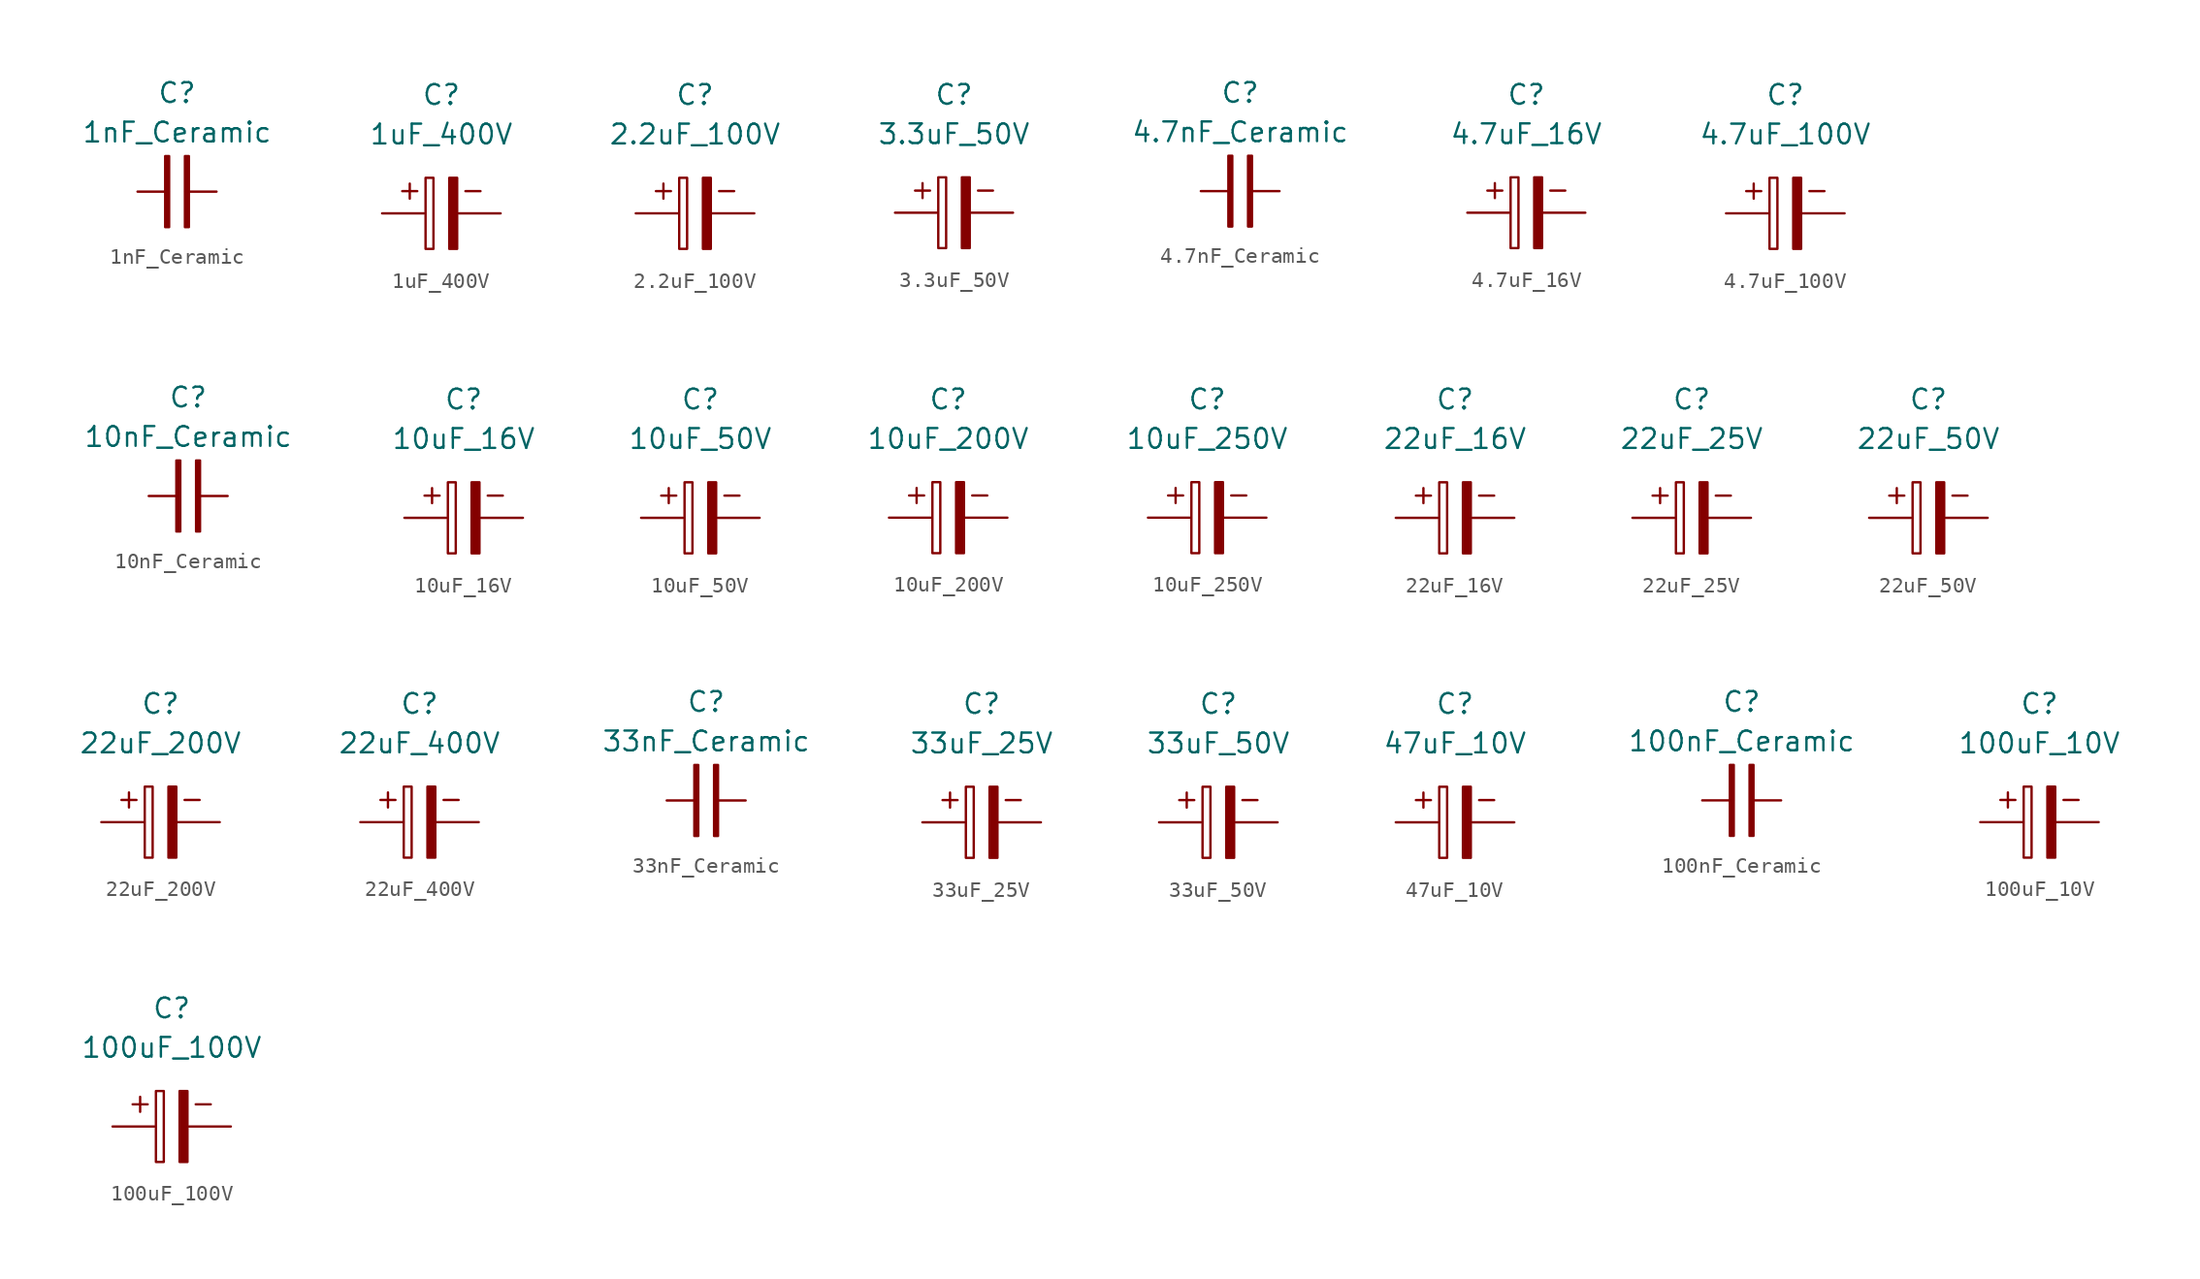
<source format=kicad_sym>
(kicad_symbol_lib
  (version 20211014)
  (generator kicad_symbol_editor)
  (symbol "1nF_Ceramic"
    (property "Reference" "C"
      (at 0 6.35 0)
      (effects (font (size 1.27 1.27))))
    (property "Value" "1nF_Ceramic"
      (at 0 3.81 0)
      (effects (font (size 1.27 1.27))))
    (symbol "1nF_Ceramic_0_1"
      (rectangle (start -0.762 2.286) (end -0.508 -2.286) (stroke (width 0) (type default) (color 0 0 0 0)) (fill (type outline)))
      (rectangle (start 0.508 2.286) (end 0.762 -2.286) (stroke (width 0) (type default) (color 0 0 0 0)) (fill (type outline))))
    (symbol "1nF_Ceramic_1_1"
      (pin passive line (at -2.54 0 0) (length 2) (name "~" (effects (font (size 0 0)))) (number "1" (effects (font (size 0 0)))))
      (pin input line (at 2.54 0 180) (length 2) (name "~" (effects (font (size 0 0)))) (number "2" (effects (font (size 0 0)))))))
  (symbol "1uF_400V"
    (property "Reference" "C"
      (at 0 7.62 0)
      (effects (font (size 1.27 1.27))))
    (property "Value" "1uF_400V"
      (at 0 5.08 0)
      (effects (font (size 1.27 1.27))))
    (symbol "1uF_400V_0_0"
      (text "+" (at -2.032 1.524 0) (effects (font (size 1.27 1.27))))
      (text "-" (at 2.032 1.524 0) (effects (font (size 1.27 1.27)))))
    (symbol "1uF_400V_0_1"
      (rectangle (start -1.016 -2.286) (end -0.508 2.286) (stroke (width 0) (type default) (color 0 0 0 0)) (fill (type none)))
      (rectangle (start 0.508 -2.286) (end 1.016 2.286) (stroke (width 0) (type default) (color 0 0 0 0)) (fill (type outline))))
    (symbol "1uF_400V_1_1"
      (pin passive line (at -3.81 0 0) (length 2.7) (name "~" (effects (font (size 0 0)))) (number "1" (effects (font (size 0 0)))))
      (pin input line (at 3.81 0 180) (length 2.7) (name "~" (effects (font (size 0 0)))) (number "2" (effects (font (size 0 0)))))))
  (symbol "2.2uF_100V"
    (property "Reference" "C"
      (at 0 7.62 0)
      (effects (font (size 1.27 1.27))))
    (property "Value" "2.2uF_100V"
      (at 0 5.08 0)
      (effects (font (size 1.27 1.27))))
    (symbol "2.2uF_100V_0_0"
      (text "+" (at -2.032 1.524 0) (effects (font (size 1.27 1.27))))
      (text "-" (at 2.032 1.524 0) (effects (font (size 1.27 1.27)))))
    (symbol "2.2uF_100V_0_1"
      (rectangle (start -1.016 -2.286) (end -0.508 2.286) (stroke (width 0) (type default) (color 0 0 0 0)) (fill (type none)))
      (rectangle (start 0.508 -2.286) (end 1.016 2.286) (stroke (width 0) (type default) (color 0 0 0 0)) (fill (type outline))))
    (symbol "2.2uF_100V_1_1"
      (pin passive line (at -3.81 0 0) (length 2.7) (name "~" (effects (font (size 0 0)))) (number "1" (effects (font (size 0 0)))))
      (pin input line (at 3.81 0 180) (length 2.7) (name "~" (effects (font (size 0 0)))) (number "2" (effects (font (size 0 0)))))))
  (symbol "3.3uF_50V"
    (property "Reference" "C"
      (at 0 7.62 0)
      (effects (font (size 1.27 1.27))))
    (property "Value" "3.3uF_50V"
      (at 0 5.08 0)
      (effects (font (size 1.27 1.27))))
    (symbol "3.3uF_50V_0_0"
      (text "+" (at -2.032 1.524 0) (effects (font (size 1.27 1.27))))
      (text "-" (at 2.032 1.524 0) (effects (font (size 1.27 1.27)))))
    (symbol "3.3uF_50V_0_1"
      (rectangle (start -1.016 -2.286) (end -0.508 2.286) (stroke (width 0) (type default) (color 0 0 0 0)) (fill (type none)))
      (rectangle (start 0.508 -2.286) (end 1.016 2.286) (stroke (width 0) (type default) (color 0 0 0 0)) (fill (type outline))))
    (symbol "3.3uF_50V_1_1"
      (pin passive line (at -3.81 0 0) (length 2.7) (name "~" (effects (font (size 0 0)))) (number "1" (effects (font (size 0 0)))))
      (pin input line (at 3.81 0 180) (length 2.7) (name "~" (effects (font (size 0 0)))) (number "2" (effects (font (size 0 0)))))))
  (symbol "4.7nF_Ceramic"
    (property "Reference" "C"
      (at 0 6.35 0)
      (effects (font (size 1.27 1.27))))
    (property "Value" "4.7nF_Ceramic"
      (at 0 3.81 0)
      (effects (font (size 1.27 1.27))))
    (symbol "4.7nF_Ceramic_0_1"
      (rectangle (start -0.762 2.286) (end -0.508 -2.286) (stroke (width 0) (type default) (color 0 0 0 0)) (fill (type outline)))
      (rectangle (start 0.508 2.286) (end 0.762 -2.286) (stroke (width 0) (type default) (color 0 0 0 0)) (fill (type outline))))
    (symbol "4.7nF_Ceramic_1_1"
      (pin passive line (at -2.54 0 0) (length 2) (name "~" (effects (font (size 0 0)))) (number "1" (effects (font (size 0 0)))))
      (pin input line (at 2.54 0 180) (length 2) (name "~" (effects (font (size 0 0)))) (number "2" (effects (font (size 0 0)))))))
  (symbol "4.7uF_16V"
    (property "Reference" "C"
      (at 0 7.62 0)
      (effects (font (size 1.27 1.27))))
    (property "Value" "4.7uF_16V"
      (at 0 5.08 0)
      (effects (font (size 1.27 1.27))))
    (symbol "4.7uF_16V_0_0"
      (text "+" (at -2.032 1.524 0) (effects (font (size 1.27 1.27))))
      (text "-" (at 2.032 1.524 0) (effects (font (size 1.27 1.27)))))
    (symbol "4.7uF_16V_0_1"
      (rectangle (start -1.016 -2.286) (end -0.508 2.286) (stroke (width 0) (type default) (color 0 0 0 0)) (fill (type none)))
      (rectangle (start 0.508 -2.286) (end 1.016 2.286) (stroke (width 0) (type default) (color 0 0 0 0)) (fill (type outline))))
    (symbol "4.7uF_16V_1_1"
      (pin passive line (at -3.81 0 0) (length 2.7) (name "~" (effects (font (size 0 0)))) (number "1" (effects (font (size 0 0)))))
      (pin input line (at 3.81 0 180) (length 2.7) (name "~" (effects (font (size 0 0)))) (number "2" (effects (font (size 0 0)))))))
  (symbol "4.7uF_100V"
    (property "Reference" "C"
      (at 0 7.62 0)
      (effects (font (size 1.27 1.27))))
    (property "Value" "4.7uF_100V"
      (at 0 5.08 0)
      (effects (font (size 1.27 1.27))))
    (symbol "4.7uF_100V_0_0"
      (text "+" (at -2.032 1.524 0) (effects (font (size 1.27 1.27))))
      (text "-" (at 2.032 1.524 0) (effects (font (size 1.27 1.27)))))
    (symbol "4.7uF_100V_0_1"
      (rectangle (start -1.016 -2.286) (end -0.508 2.286) (stroke (width 0) (type default) (color 0 0 0 0)) (fill (type none)))
      (rectangle (start 0.508 -2.286) (end 1.016 2.286) (stroke (width 0) (type default) (color 0 0 0 0)) (fill (type outline))))
    (symbol "4.7uF_100V_1_1"
      (pin passive line (at -3.81 0 0) (length 2.7) (name "~" (effects (font (size 0 0)))) (number "1" (effects (font (size 0 0)))))
      (pin input line (at 3.81 0 180) (length 2.7) (name "~" (effects (font (size 0 0)))) (number "2" (effects (font (size 0 0)))))))
  (symbol "10nF_Ceramic"
    (property "Reference" "C"
      (at 0 6.35 0)
      (effects (font (size 1.27 1.27))))
    (property "Value" "10nF_Ceramic"
      (at 0 3.81 0)
      (effects (font (size 1.27 1.27))))
    (symbol "10nF_Ceramic_0_1"
      (rectangle (start -0.762 2.286) (end -0.508 -2.286) (stroke (width 0) (type default) (color 0 0 0 0)) (fill (type outline)))
      (rectangle (start 0.508 2.286) (end 0.762 -2.286) (stroke (width 0) (type default) (color 0 0 0 0)) (fill (type outline))))
    (symbol "10nF_Ceramic_1_1"
      (pin passive line (at -2.54 0 0) (length 2) (name "~" (effects (font (size 0 0)))) (number "1" (effects (font (size 0 0)))))
      (pin input line (at 2.54 0 180) (length 2) (name "~" (effects (font (size 0 0)))) (number "2" (effects (font (size 0 0)))))))
  (symbol "10uF_16V"
    (property "Reference" "C"
      (at 0 7.62 0)
      (effects (font (size 1.27 1.27))))
    (property "Value" "10uF_16V"
      (at 0 5.08 0)
      (effects (font (size 1.27 1.27))))
    (symbol "10uF_16V_0_0"
      (text "+" (at -2.032 1.524 0) (effects (font (size 1.27 1.27))))
      (text "-" (at 2.032 1.524 0) (effects (font (size 1.27 1.27)))))
    (symbol "10uF_16V_0_1"
      (rectangle (start -1.016 -2.286) (end -0.508 2.286) (stroke (width 0) (type default) (color 0 0 0 0)) (fill (type none)))
      (rectangle (start 0.508 -2.286) (end 1.016 2.286) (stroke (width 0) (type default) (color 0 0 0 0)) (fill (type outline))))
    (symbol "10uF_16V_1_1"
      (pin passive line (at -3.81 0 0) (length 2.7) (name "~" (effects (font (size 0 0)))) (number "1" (effects (font (size 0 0)))))
      (pin input line (at 3.81 0 180) (length 2.7) (name "~" (effects (font (size 0 0)))) (number "2" (effects (font (size 0 0)))))))
  (symbol "10uF_50V"
    (property "Reference" "C"
      (at 0 7.62 0)
      (effects (font (size 1.27 1.27))))
    (property "Value" "10uF_50V"
      (at 0 5.08 0)
      (effects (font (size 1.27 1.27))))
    (symbol "10uF_50V_0_0"
      (text "+" (at -2.032 1.524 0) (effects (font (size 1.27 1.27))))
      (text "-" (at 2.032 1.524 0) (effects (font (size 1.27 1.27)))))
    (symbol "10uF_50V_0_1"
      (rectangle (start -1.016 -2.286) (end -0.508 2.286) (stroke (width 0) (type default) (color 0 0 0 0)) (fill (type none)))
      (rectangle (start 0.508 -2.286) (end 1.016 2.286) (stroke (width 0) (type default) (color 0 0 0 0)) (fill (type outline))))
    (symbol "10uF_50V_1_1"
      (pin passive line (at -3.81 0 0) (length 2.7) (name "~" (effects (font (size 0 0)))) (number "1" (effects (font (size 0 0)))))
      (pin input line (at 3.81 0 180) (length 2.7) (name "~" (effects (font (size 0 0)))) (number "2" (effects (font (size 0 0)))))))
  (symbol "10uF_200V"
    (property "Reference" "C"
      (at 0 7.62 0)
      (effects (font (size 1.27 1.27))))
    (property "Value" "10uF_200V"
      (at 0 5.08 0)
      (effects (font (size 1.27 1.27))))
    (symbol "10uF_200V_0_0"
      (text "+" (at -2.032 1.524 0) (effects (font (size 1.27 1.27))))
      (text "-" (at 2.032 1.524 0) (effects (font (size 1.27 1.27)))))
    (symbol "10uF_200V_0_1"
      (rectangle (start -1.016 -2.286) (end -0.508 2.286) (stroke (width 0) (type default) (color 0 0 0 0)) (fill (type none)))
      (rectangle (start 0.508 -2.286) (end 1.016 2.286) (stroke (width 0) (type default) (color 0 0 0 0)) (fill (type outline))))
    (symbol "10uF_200V_1_1"
      (pin passive line (at -3.81 0 0) (length 2.7) (name "~" (effects (font (size 0 0)))) (number "1" (effects (font (size 0 0)))))
      (pin input line (at 3.81 0 180) (length 2.7) (name "~" (effects (font (size 0 0)))) (number "2" (effects (font (size 0 0)))))))
  (symbol "10uF_250V"
    (property "Reference" "C"
      (at 0 7.62 0)
      (effects (font (size 1.27 1.27))))
    (property "Value" "10uF_250V"
      (at 0 5.08 0)
      (effects (font (size 1.27 1.27))))
    (symbol "10uF_250V_0_0"
      (text "+" (at -2.032 1.524 0) (effects (font (size 1.27 1.27))))
      (text "-" (at 2.032 1.524 0) (effects (font (size 1.27 1.27)))))
    (symbol "10uF_250V_0_1"
      (rectangle (start -1.016 -2.286) (end -0.508 2.286) (stroke (width 0) (type default) (color 0 0 0 0)) (fill (type none)))
      (rectangle (start 0.508 -2.286) (end 1.016 2.286) (stroke (width 0) (type default) (color 0 0 0 0)) (fill (type outline))))
    (symbol "10uF_250V_1_1"
      (pin passive line (at -3.81 0 0) (length 2.7) (name "~" (effects (font (size 0 0)))) (number "1" (effects (font (size 0 0)))))
      (pin input line (at 3.81 0 180) (length 2.7) (name "~" (effects (font (size 0 0)))) (number "2" (effects (font (size 0 0)))))))
  (symbol "22uF_16V"
    (property "Reference" "C"
      (at 0 7.62 0)
      (effects (font (size 1.27 1.27))))
    (property "Value" "22uF_16V"
      (at 0 5.08 0)
      (effects (font (size 1.27 1.27))))
    (symbol "22uF_16V_0_0"
      (text "+" (at -2.032 1.524 0) (effects (font (size 1.27 1.27))))
      (text "-" (at 2.032 1.524 0) (effects (font (size 1.27 1.27)))))
    (symbol "22uF_16V_0_1"
      (rectangle (start -1.016 -2.286) (end -0.508 2.286) (stroke (width 0) (type default) (color 0 0 0 0)) (fill (type none)))
      (rectangle (start 0.508 -2.286) (end 1.016 2.286) (stroke (width 0) (type default) (color 0 0 0 0)) (fill (type outline))))
    (symbol "22uF_16V_1_1"
      (pin passive line (at -3.81 0 0) (length 2.7) (name "~" (effects (font (size 0 0)))) (number "1" (effects (font (size 0 0)))))
      (pin input line (at 3.81 0 180) (length 2.7) (name "~" (effects (font (size 0 0)))) (number "2" (effects (font (size 0 0)))))))
  (symbol "22uF_25V"
    (property "Reference" "C"
      (at 0 7.62 0)
      (effects (font (size 1.27 1.27))))
    (property "Value" "22uF_25V"
      (at 0 5.08 0)
      (effects (font (size 1.27 1.27))))
    (symbol "22uF_25V_0_0"
      (text "+" (at -2.032 1.524 0) (effects (font (size 1.27 1.27))))
      (text "-" (at 2.032 1.524 0) (effects (font (size 1.27 1.27)))))
    (symbol "22uF_25V_0_1"
      (rectangle (start -1.016 -2.286) (end -0.508 2.286) (stroke (width 0) (type default) (color 0 0 0 0)) (fill (type none)))
      (rectangle (start 0.508 -2.286) (end 1.016 2.286) (stroke (width 0) (type default) (color 0 0 0 0)) (fill (type outline))))
    (symbol "22uF_25V_1_1"
      (pin passive line (at -3.81 0 0) (length 2.7) (name "~" (effects (font (size 0 0)))) (number "1" (effects (font (size 0 0)))))
      (pin input line (at 3.81 0 180) (length 2.7) (name "~" (effects (font (size 0 0)))) (number "2" (effects (font (size 0 0)))))))
  (symbol "22uF_50V"
    (property "Reference" "C"
      (at 0 7.62 0)
      (effects (font (size 1.27 1.27))))
    (property "Value" "22uF_50V"
      (at 0 5.08 0)
      (effects (font (size 1.27 1.27))))
    (symbol "22uF_50V_0_0"
      (text "+" (at -2.032 1.524 0) (effects (font (size 1.27 1.27))))
      (text "-" (at 2.032 1.524 0) (effects (font (size 1.27 1.27)))))
    (symbol "22uF_50V_0_1"
      (rectangle (start -1.016 -2.286) (end -0.508 2.286) (stroke (width 0) (type default) (color 0 0 0 0)) (fill (type none)))
      (rectangle (start 0.508 -2.286) (end 1.016 2.286) (stroke (width 0) (type default) (color 0 0 0 0)) (fill (type outline))))
    (symbol "22uF_50V_1_1"
      (pin passive line (at -3.81 0 0) (length 2.7) (name "~" (effects (font (size 0 0)))) (number "1" (effects (font (size 0 0)))))
      (pin input line (at 3.81 0 180) (length 2.7) (name "~" (effects (font (size 0 0)))) (number "2" (effects (font (size 0 0)))))))
  (symbol "22uF_200V"
    (property "Reference" "C"
      (at 0 7.62 0)
      (effects (font (size 1.27 1.27))))
    (property "Value" "22uF_200V"
      (at 0 5.08 0)
      (effects (font (size 1.27 1.27))))
    (symbol "22uF_200V_0_0"
      (text "+" (at -2.032 1.524 0) (effects (font (size 1.27 1.27))))
      (text "-" (at 2.032 1.524 0) (effects (font (size 1.27 1.27)))))
    (symbol "22uF_200V_0_1"
      (rectangle (start -1.016 -2.286) (end -0.508 2.286) (stroke (width 0) (type default) (color 0 0 0 0)) (fill (type none)))
      (rectangle (start 0.508 -2.286) (end 1.016 2.286) (stroke (width 0) (type default) (color 0 0 0 0)) (fill (type outline))))
    (symbol "22uF_200V_1_1"
      (pin passive line (at -3.81 0 0) (length 2.7) (name "~" (effects (font (size 0 0)))) (number "1" (effects (font (size 0 0)))))
      (pin input line (at 3.81 0 180) (length 2.7) (name "~" (effects (font (size 0 0)))) (number "2" (effects (font (size 0 0)))))))
  (symbol "22uF_400V"
    (property "Reference" "C"
      (at 0 7.62 0)
      (effects (font (size 1.27 1.27))))
    (property "Value" "22uF_400V"
      (at 0 5.08 0)
      (effects (font (size 1.27 1.27))))
    (symbol "22uF_400V_0_0"
      (text "+" (at -2.032 1.524 0) (effects (font (size 1.27 1.27))))
      (text "-" (at 2.032 1.524 0) (effects (font (size 1.27 1.27)))))
    (symbol "22uF_400V_0_1"
      (rectangle (start -1.016 -2.286) (end -0.508 2.286) (stroke (width 0) (type default) (color 0 0 0 0)) (fill (type none)))
      (rectangle (start 0.508 -2.286) (end 1.016 2.286) (stroke (width 0) (type default) (color 0 0 0 0)) (fill (type outline))))
    (symbol "22uF_400V_1_1"
      (pin passive line (at -3.81 0 0) (length 2.7) (name "~" (effects (font (size 0 0)))) (number "1" (effects (font (size 0 0)))))
      (pin input line (at 3.81 0 180) (length 2.7) (name "~" (effects (font (size 0 0)))) (number "2" (effects (font (size 0 0)))))))
  (symbol "33nF_Ceramic"
    (property "Reference" "C"
      (at 0 6.35 0)
      (effects (font (size 1.27 1.27))))
    (property "Value" "33nF_Ceramic"
      (at 0 3.81 0)
      (effects (font (size 1.27 1.27))))
    (symbol "33nF_Ceramic_0_1"
      (rectangle (start -0.762 2.286) (end -0.508 -2.286) (stroke (width 0) (type default) (color 0 0 0 0)) (fill (type outline)))
      (rectangle (start 0.508 2.286) (end 0.762 -2.286) (stroke (width 0) (type default) (color 0 0 0 0)) (fill (type outline))))
    (symbol "33nF_Ceramic_1_1"
      (pin passive line (at -2.54 0 0) (length 2) (name "~" (effects (font (size 0 0)))) (number "1" (effects (font (size 0 0)))))
      (pin input line (at 2.54 0 180) (length 2) (name "~" (effects (font (size 0 0)))) (number "2" (effects (font (size 0 0)))))))
  (symbol "33uF_25V"
    (property "Reference" "C"
      (at 0 7.62 0)
      (effects (font (size 1.27 1.27))))
    (property "Value" "33uF_25V"
      (at 0 5.08 0)
      (effects (font (size 1.27 1.27))))
    (symbol "33uF_25V_0_0"
      (text "+" (at -2.032 1.524 0) (effects (font (size 1.27 1.27))))
      (text "-" (at 2.032 1.524 0) (effects (font (size 1.27 1.27)))))
    (symbol "33uF_25V_0_1"
      (rectangle (start -1.016 -2.286) (end -0.508 2.286) (stroke (width 0) (type default) (color 0 0 0 0)) (fill (type none)))
      (rectangle (start 0.508 -2.286) (end 1.016 2.286) (stroke (width 0) (type default) (color 0 0 0 0)) (fill (type outline))))
    (symbol "33uF_25V_1_1"
      (pin passive line (at -3.81 0 0) (length 2.7) (name "~" (effects (font (size 0 0)))) (number "1" (effects (font (size 0 0)))))
      (pin input line (at 3.81 0 180) (length 2.7) (name "~" (effects (font (size 0 0)))) (number "2" (effects (font (size 0 0)))))))
  (symbol "33uF_50V"
    (property "Reference" "C"
      (at 0 7.62 0)
      (effects (font (size 1.27 1.27))))
    (property "Value" "33uF_50V"
      (at 0 5.08 0)
      (effects (font (size 1.27 1.27))))
    (symbol "33uF_50V_0_0"
      (text "+" (at -2.032 1.524 0) (effects (font (size 1.27 1.27))))
      (text "-" (at 2.032 1.524 0) (effects (font (size 1.27 1.27)))))
    (symbol "33uF_50V_0_1"
      (rectangle (start -1.016 -2.286) (end -0.508 2.286) (stroke (width 0) (type default) (color 0 0 0 0)) (fill (type none)))
      (rectangle (start 0.508 -2.286) (end 1.016 2.286) (stroke (width 0) (type default) (color 0 0 0 0)) (fill (type outline))))
    (symbol "33uF_50V_1_1"
      (pin passive line (at -3.81 0 0) (length 2.7) (name "~" (effects (font (size 0 0)))) (number "1" (effects (font (size 0 0)))))
      (pin input line (at 3.81 0 180) (length 2.7) (name "~" (effects (font (size 0 0)))) (number "2" (effects (font (size 0 0)))))))
  (symbol "47uF_10V"
    (property "Reference" "C"
      (at 0 7.62 0)
      (effects (font (size 1.27 1.27))))
    (property "Value" "47uF_10V"
      (at 0 5.08 0)
      (effects (font (size 1.27 1.27))))
    (symbol "47uF_10V_0_0"
      (text "+" (at -2.032 1.524 0) (effects (font (size 1.27 1.27))))
      (text "-" (at 2.032 1.524 0) (effects (font (size 1.27 1.27)))))
    (symbol "47uF_10V_0_1"
      (rectangle (start -1.016 -2.286) (end -0.508 2.286) (stroke (width 0) (type default) (color 0 0 0 0)) (fill (type none)))
      (rectangle (start 0.508 -2.286) (end 1.016 2.286) (stroke (width 0) (type default) (color 0 0 0 0)) (fill (type outline))))
    (symbol "47uF_10V_1_1"
      (pin passive line (at -3.81 0 0) (length 2.7) (name "~" (effects (font (size 0 0)))) (number "1" (effects (font (size 0 0)))))
      (pin input line (at 3.81 0 180) (length 2.7) (name "~" (effects (font (size 0 0)))) (number "2" (effects (font (size 0 0)))))))
  (symbol "100nF_Ceramic"
    (property "Reference" "C"
      (at 0 6.35 0)
      (effects (font (size 1.27 1.27))))
    (property "Value" "100nF_Ceramic"
      (at 0 3.81 0)
      (effects (font (size 1.27 1.27))))
    (symbol "100nF_Ceramic_0_1"
      (rectangle (start -0.762 2.286) (end -0.508 -2.286) (stroke (width 0) (type default) (color 0 0 0 0)) (fill (type outline)))
      (rectangle (start 0.508 2.286) (end 0.762 -2.286) (stroke (width 0) (type default) (color 0 0 0 0)) (fill (type outline))))
    (symbol "100nF_Ceramic_1_1"
      (pin passive line (at -2.54 0 0) (length 2) (name "~" (effects (font (size 0 0)))) (number "1" (effects (font (size 0 0)))))
      (pin input line (at 2.54 0 180) (length 2) (name "~" (effects (font (size 0 0)))) (number "2" (effects (font (size 0 0)))))))
  (symbol "100uF_10V"
    (property "Reference" "C"
      (at 0 7.62 0)
      (effects (font (size 1.27 1.27))))
    (property "Value" "100uF_10V"
      (at 0 5.08 0)
      (effects (font (size 1.27 1.27))))
    (symbol "100uF_10V_0_0"
      (text "+" (at -2.032 1.524 0) (effects (font (size 1.27 1.27))))
      (text "-" (at 2.032 1.524 0) (effects (font (size 1.27 1.27)))))
    (symbol "100uF_10V_0_1"
      (rectangle (start -1.016 -2.286) (end -0.508 2.286) (stroke (width 0) (type default) (color 0 0 0 0)) (fill (type none)))
      (rectangle (start 0.508 -2.286) (end 1.016 2.286) (stroke (width 0) (type default) (color 0 0 0 0)) (fill (type outline))))
    (symbol "100uF_10V_1_1"
      (pin passive line (at -3.81 0 0) (length 2.7) (name "~" (effects (font (size 0 0)))) (number "1" (effects (font (size 0 0)))))
      (pin input line (at 3.81 0 180) (length 2.7) (name "~" (effects (font (size 0 0)))) (number "2" (effects (font (size 0 0)))))))
  (symbol "100uF_100V"
    (property "Reference" "C"
      (at 0 7.62 0)
      (effects (font (size 1.27 1.27))))
    (property "Value" "100uF_100V"
      (at 0 5.08 0)
      (effects (font (size 1.27 1.27))))
    (symbol "100uF_100V_0_0"
      (text "+" (at -2.032 1.524 0) (effects (font (size 1.27 1.27))))
      (text "-" (at 2.032 1.524 0) (effects (font (size 1.27 1.27)))))
    (symbol "100uF_100V_0_1"
      (rectangle (start -1.016 -2.286) (end -0.508 2.286) (stroke (width 0) (type default) (color 0 0 0 0)) (fill (type none)))
      (rectangle (start 0.508 -2.286) (end 1.016 2.286) (stroke (width 0) (type default) (color 0 0 0 0)) (fill (type outline))))
    (symbol "100uF_100V_1_1"
      (pin passive line (at -3.81 0 0) (length 2.7) (name "~" (effects (font (size 0 0)))) (number "1" (effects (font (size 0 0)))))
      (pin input line (at 3.81 0 180) (length 2.7) (name "~" (effects (font (size 0 0)))) (number "2" (effects (font (size 0 0))))))))
</source>
